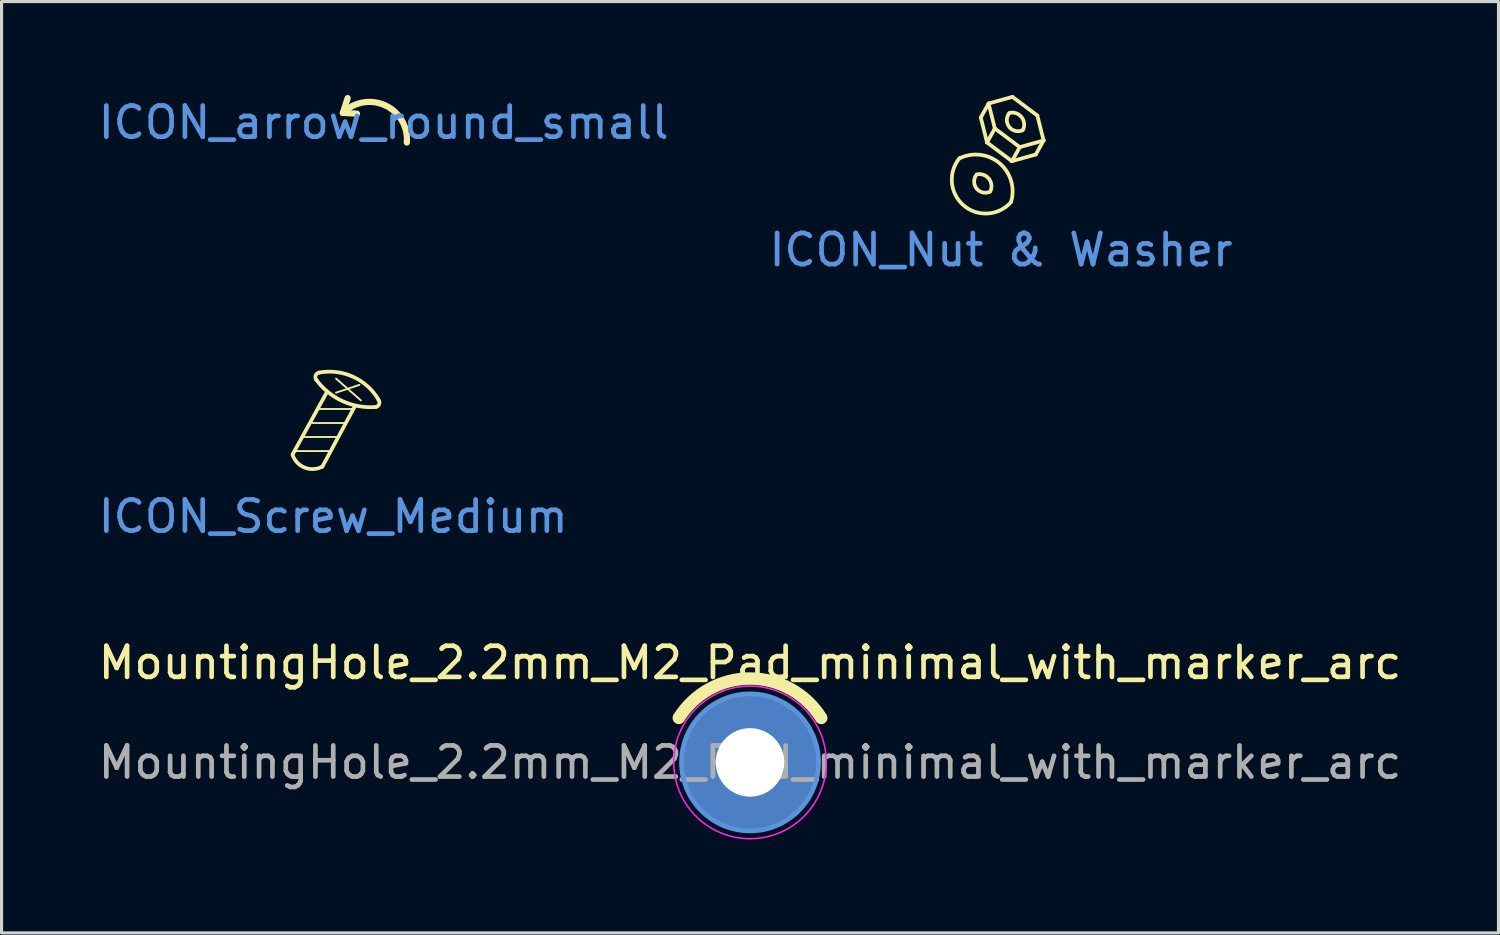
<source format=kicad_pcb>
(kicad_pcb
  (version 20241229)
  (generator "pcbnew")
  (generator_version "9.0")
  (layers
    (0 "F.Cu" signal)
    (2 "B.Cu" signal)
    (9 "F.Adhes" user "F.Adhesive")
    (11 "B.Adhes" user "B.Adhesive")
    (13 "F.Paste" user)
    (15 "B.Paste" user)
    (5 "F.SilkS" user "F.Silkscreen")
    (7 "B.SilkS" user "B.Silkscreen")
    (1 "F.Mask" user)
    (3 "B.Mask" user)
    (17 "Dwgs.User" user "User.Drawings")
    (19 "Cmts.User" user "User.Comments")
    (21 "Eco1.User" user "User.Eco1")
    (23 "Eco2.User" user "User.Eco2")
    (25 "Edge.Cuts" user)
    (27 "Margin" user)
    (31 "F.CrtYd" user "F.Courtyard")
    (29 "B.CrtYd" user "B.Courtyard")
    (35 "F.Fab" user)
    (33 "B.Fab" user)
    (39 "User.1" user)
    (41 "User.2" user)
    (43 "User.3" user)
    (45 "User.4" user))
  (footprint "ICON_Screw_Medium"
    (layer "F.Cu")
    (at 7.649 13.031)
    (property "Reference" "ICON_Screw_Medium" (at 0 0.5 0) (layer "Cmts.User") (effects (font (size 1 1) (thickness 0.15))))
    (attr through_hole)
    (fp_line (start -1.175 -1.6) (end -0.125 -1.6) (stroke (width 0.06) (type solid)) (layer "F.SilkS"))
    (fp_line (start -0.925 -2.05) (end 0.125 -2.05) (stroke (width 0.06) (type solid)) (layer "F.SilkS"))
    (fp_line (start -0.675 -2.5) (end 0.375 -2.5) (stroke (width 0.06) (type solid)) (layer "F.SilkS"))
    (fp_line (start -0.45 -2.95) (end 0.6 -2.95) (stroke (width 0.06) (type solid)) (layer "F.SilkS"))
    (fp_line (start -0.35 -1.1) (end 0.7 -3.05) (stroke (width 0.12) (type solid)) (layer "F.SilkS"))
    (fp_line (start -0.2 -3.5) (end -1.3 -1.5) (stroke (width 0.12) (type solid)) (layer "F.SilkS"))
    (fp_line (start 0.09 -3.925) (end 0.89 -3.225) (stroke (width 0.06) (type solid)) (layer "F.SilkS"))
    (fp_line (start 0.84 -3.725) (end 0.09 -3.475) (stroke (width 0.06) (type solid)) (layer "F.SilkS"))
    (fp_arc (start -0.52736 -3.867395) (mid -0.567992 -4.020371) (end -0.445 -4.119999) (stroke (width 0.12) (type default)) (layer "F.SilkS"))
    (fp_arc (start -0.445 -4.119999) (mid 0.638942 -3.98345) (end 1.451182 -3.252804) (stroke (width 0.12) (type solid)) (layer "F.SilkS"))
    (fp_arc (start -0.35 -1.1) (mid -0.918136 -1.068963) (end -1.308578 -1.482842) (stroke (width 0.12) (type solid)) (layer "F.SilkS"))
    (fp_arc (start 1.365506 -3.01351) (mid 0.289682 -3.206379) (end -0.554999 -3.900001) (stroke (width 0.12) (type solid)) (layer "F.SilkS"))
    (fp_arc (start 1.447466 -3.249538) (mid 1.475248 -3.107646) (end 1.365506 -3.013511) (stroke (width 0.12) (type default)) (layer "F.SilkS")))
  (footprint "ICON_arrow_round_small"
    (layer "F.Cu")
    (at 9.268 0.383)
    (property "Reference" "ICON_arrow_round_small" (at 0 0.5 0) (layer "Cmts.User") (effects (font (size 1 1) (thickness 0.15))))
    (attr through_hole)
    (fp_line (start -1.308 0.191) (end -1.157 -0.283) (stroke (width 0.2) (type solid)) (layer "F.SilkS"))
    (fp_line (start -1.308 0.191) (end -0.857 0.217) (stroke (width 0.2) (type solid)) (layer "F.SilkS"))
    (fp_arc (start -1.308116 0.190917) (mid 0.05 -0.05) (end 0.743353 1.142386) (stroke (width 0.2) (type solid)) (layer "F.SilkS")))
  (footprint "MountingHole_2.2mm_M2_Pad_minimal_with_marker_arc"
    (layer "F.Cu")
    (at 21.03 21.427)
    (property "Reference" "MountingHole_2.2mm_M2_Pad_minimal_with_marker_arc" (at 0 -3.2 0) (layer "F.SilkS") (effects (font (size 1 1) (thickness 0.15))))
    (attr exclude_from_pos_files)
    (fp_arc (start -2.286 -1.428606) (mid 0 -2.6924) (end 2.286 -1.428606) (stroke (width 0.4) (type solid)) (layer "F.SilkS"))
    (fp_circle (center 0 0) (end 2.2 0) (stroke (width 0.15) (type solid)) (fill no) (layer "Cmts.User"))
    (fp_circle (center 0 0) (end 2.45 0) (stroke (width 0.05) (type solid)) (fill no) (layer "F.CrtYd"))
    (fp_text user "${REFERENCE}" (at 0 0 0) (layer "F.Fab") (effects (font (size 1 1) (thickness 0.15))))
    (pad "1" thru_hole circle (at 0 0) (size 4.4 4.4) (drill 2.2) (layers "*.Cu" "*.Mask")))
  (footprint "ICON_Nut & Washer"
    (layer "F.Cu")
    (at 29.089 4.474)
    (property "Reference" "ICON_Nut & Washer" (at 0 0.5 0) (layer "Cmts.User") (effects (font (size 1 1) (thickness 0.15))))
    (attr through_hole)
    (fp_line (start -0.65 -3.75) (end -0.45 -2.95) (stroke (width 0.12) (type solid)) (layer "F.SilkS"))
    (fp_line (start -0.65 -3.75) (end -0.4 -4.2) (stroke (width 0.12) (type solid)) (layer "F.SilkS"))
    (fp_line (start -0.45 -2.95) (end -0.2 -3.4) (stroke (width 0.12) (type solid)) (layer "F.SilkS"))
    (fp_line (start -0.45 -2.95) (end 0.35 -2.35) (stroke (width 0.12) (type solid)) (layer "F.SilkS"))
    (fp_line (start -0.4 -4.2) (end -0.2 -3.4) (stroke (width 0.12) (type solid)) (layer "F.SilkS"))
    (fp_line (start -0.4 -4.2) (end 0.366 -4.414) (stroke (width 0.12) (type solid)) (layer "F.SilkS"))
    (fp_line (start -0.2 -3.4) (end 0.6 -2.8) (stroke (width 0.12) (type solid)) (layer "F.SilkS"))
    (fp_line (start 0.35 -2.35) (end 0.6 -2.8) (stroke (width 0.12) (type solid)) (layer "F.SilkS"))
    (fp_line (start 0.35 -2.35) (end 1.116 -2.564) (stroke (width 0.12) (type solid)) (layer "F.SilkS"))
    (fp_line (start 0.366 -4.414) (end 1.166 -3.814) (stroke (width 0.12) (type solid)) (layer "F.SilkS"))
    (fp_line (start 0.6 -2.8) (end 1.366 -3.014) (stroke (width 0.12) (type solid)) (layer "F.SilkS"))
    (fp_line (start 1.116 -2.564) (end 1.366 -3.014) (stroke (width 0.12) (type solid)) (layer "F.SilkS"))
    (fp_line (start 1.166 -3.814) (end 1.366 -3.014) (stroke (width 0.12) (type solid)) (layer "F.SilkS"))
    (fp_arc (start -1.332701 -2.440097) (mid -0.050512 -2.285659) (end 0.325 -1.05) (stroke (width 0.12) (type default)) (layer "F.SilkS"))
    (fp_arc (start -0.777661 -1.925) (mid -0.387758 -1.783483) (end -0.35 -1.370415) (stroke (width 0.12) (type default)) (layer "F.SilkS"))
    (fp_arc (start -0.378178 -1.358526) (mid -0.787708 -1.474533) (end -0.8 -1.9) (stroke (width 0.12) (type default)) (layer "F.SilkS"))
    (fp_arc (start 0.272339 -3.9) (mid 0.662242 -3.758483) (end 0.7 -3.345415) (stroke (width 0.12) (type default)) (layer "F.SilkS"))
    (fp_arc (start 0.318942 -1.033187) (mid -1.204301 -0.931784) (end -1.326964 -2.453463) (stroke (width 0.12) (type default)) (layer "F.SilkS"))
    (fp_arc (start 0.671822 -3.333526) (mid 0.262291 -3.449533) (end 0.25 -3.875) (stroke (width 0.12) (type default)) (layer "F.SilkS")))
  (gr_rect
    (start -3 -3)
    (end 45.06 26.902)
    (stroke (width 0.1) (type default))
    (fill no)
    (layer "Edge.Cuts")))
</source>
